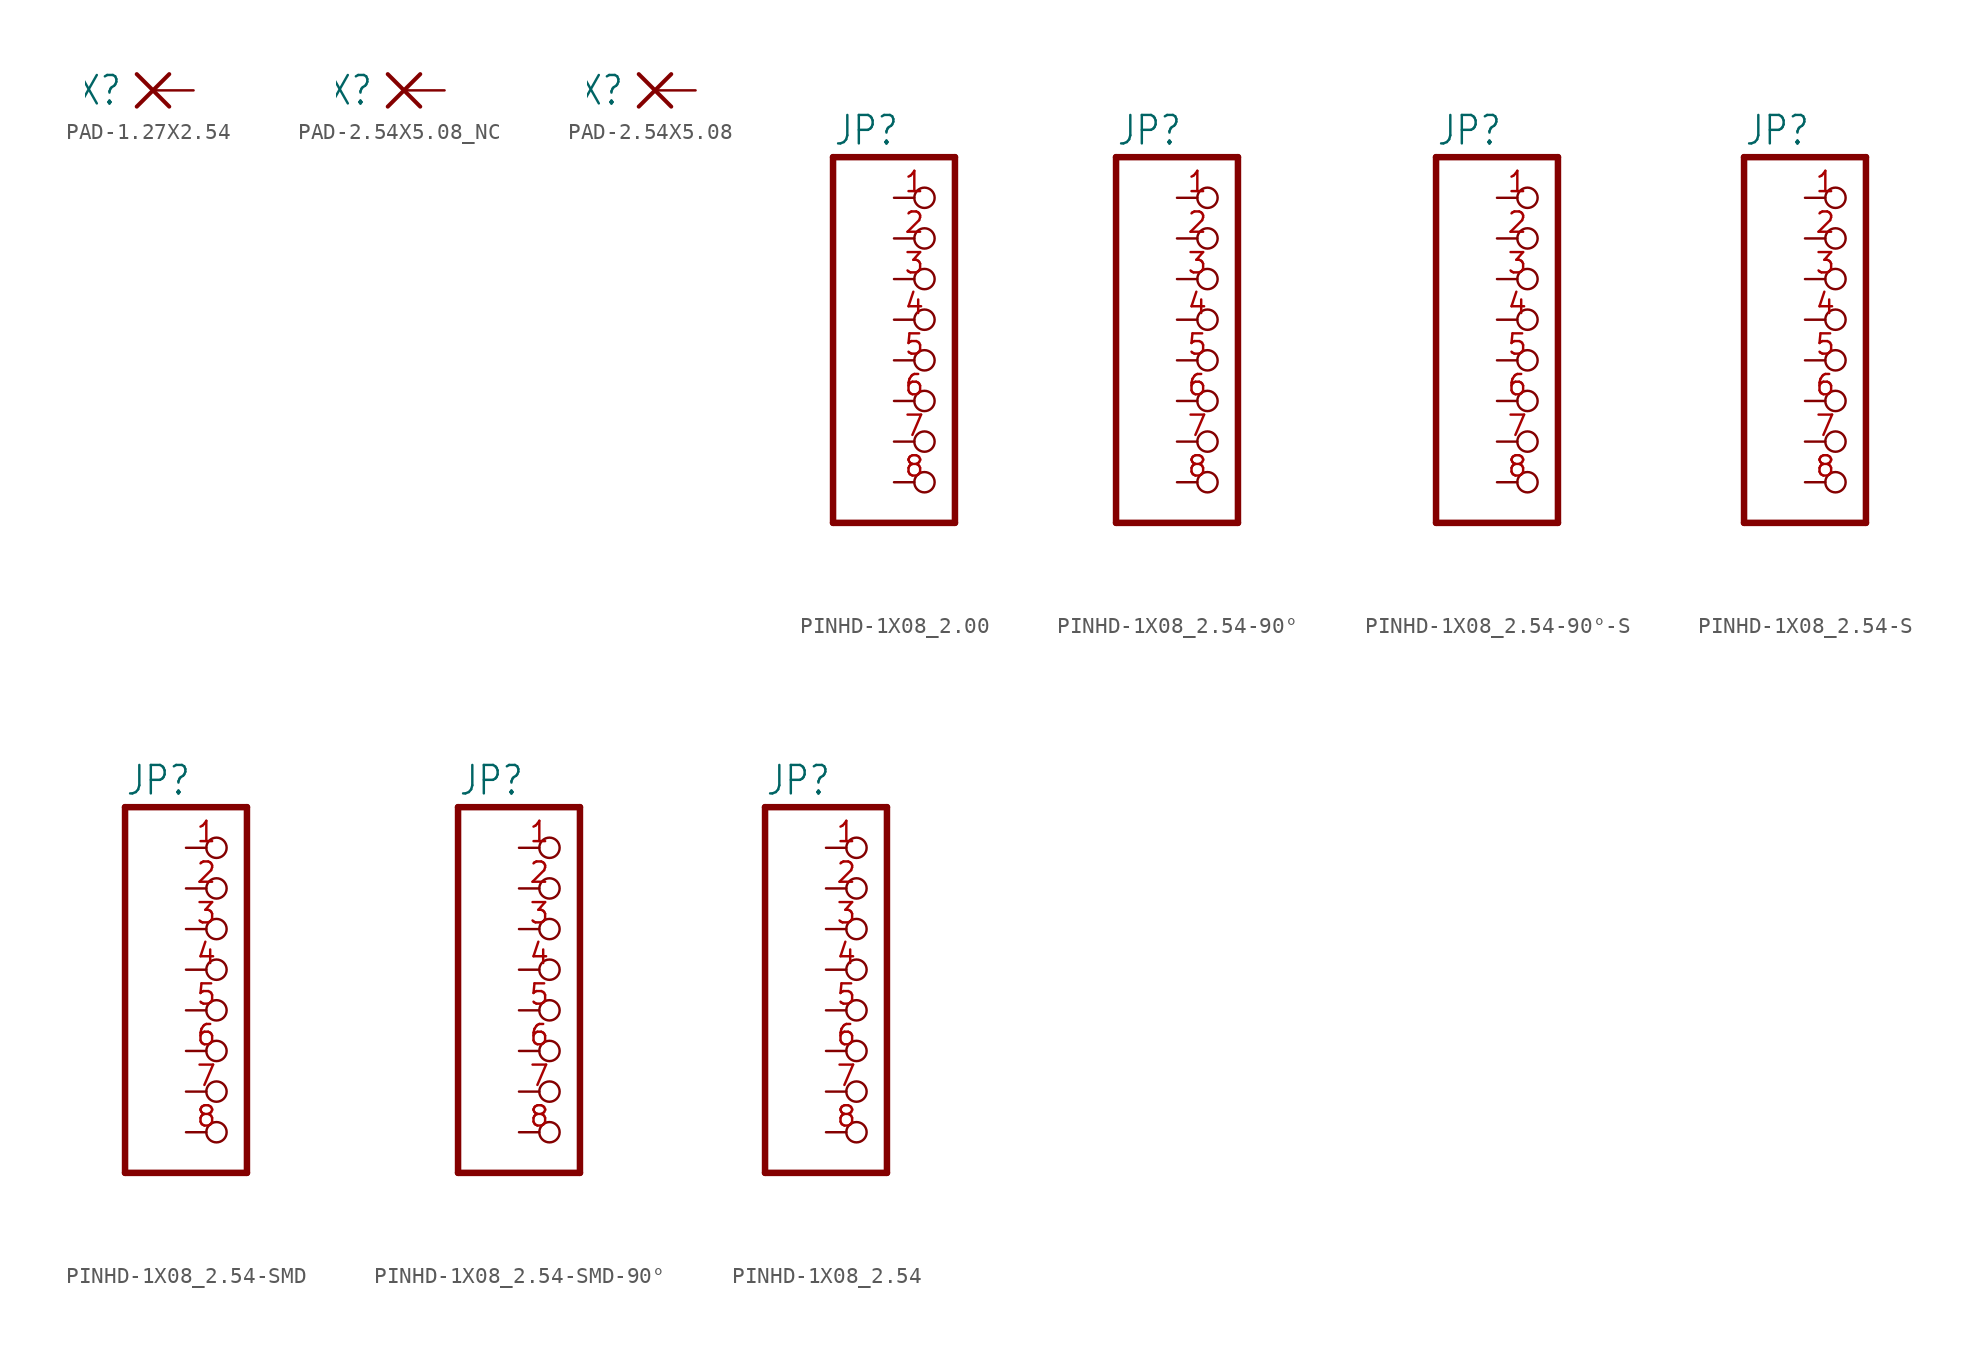
<source format=kicad_sym>
(kicad_symbol_lib
  (version 20231120)
  (generator "kicad_symbol_editor")
  (generator_version "8.0")
  (symbol "PAD-1.27X2.54"
    (property "Reference" "X"
      (at -1.905 0 0)
      (effects (font (size 1.778 1.511)) (justify right)))
    (property "ki_locked" ""
      (at 0 0 0)
      (effects (font (size 1.27 1.27))))
    (symbol "PAD-1.27X2.54_1_0"
      (polyline (pts (xy -1.016 -1.016) (xy 1.016 1.016)) (stroke (width 0.254) (type solid)) (fill (type none)))
      (polyline (pts (xy -1.016 1.016) (xy 1.016 -1.016)) (stroke (width 0.254) (type solid)) (fill (type none)))
      (pin passive line (at 2.54 0 180) (length 2.54) (name "P" (effects (font (size 0 0)))) (number "1" (effects (font (size 0 0)))))))
  (symbol "PAD-2.54X5.08_NC"
    (property "Reference" "X"
      (at -1.905 0 0)
      (effects (font (size 1.778 1.511)) (justify right)))
    (property "ki_locked" ""
      (at 0 0 0)
      (effects (font (size 1.27 1.27))))
    (symbol "PAD-2.54X5.08_NC_1_0"
      (polyline (pts (xy -1.016 -1.016) (xy 1.016 1.016)) (stroke (width 0.254) (type solid)) (fill (type none)))
      (polyline (pts (xy -1.016 1.016) (xy 1.016 -1.016)) (stroke (width 0.254) (type solid)) (fill (type none)))
      (pin passive line (at 2.54 0 180) (length 2.54) (name "P" (effects (font (size 0 0)))) (number "1" (effects (font (size 0 0)))))))
  (symbol "PAD-2.54X5.08"
    (property "Reference" "X"
      (at -1.905 0 0)
      (effects (font (size 1.778 1.511)) (justify right)))
    (property "ki_locked" ""
      (at 0 0 0)
      (effects (font (size 1.27 1.27))))
    (symbol "PAD-2.54X5.08_1_0"
      (polyline (pts (xy -1.016 -1.016) (xy 1.016 1.016)) (stroke (width 0.254) (type solid)) (fill (type none)))
      (polyline (pts (xy -1.016 1.016) (xy 1.016 -1.016)) (stroke (width 0.254) (type solid)) (fill (type none)))
      (pin passive line (at 2.54 0 180) (length 2.54) (name "P" (effects (font (size 0 0)))) (number "1" (effects (font (size 0 0)))))))
  (symbol "PINHD-1X08_2.00"
    (property "Reference" "JP"
      (at -6.35 13.335 0)
      (effects (font (size 1.778 1.511)) (justify left bottom)))
    (property "Value" ""
      (at -6.35 -12.7 0)
      (effects (font (size 1.778 1.511)) (justify left bottom)))
    (property "ki_locked" ""
      (at 0 0 0)
      (effects (font (size 1.27 1.27))))
    (symbol "PINHD-1X08_2.00_1_0"
      (polyline (pts (xy -6.35 -10.16) (xy 1.27 -10.16)) (stroke (width 0.406) (type solid)) (fill (type none)))
      (polyline (pts (xy -6.35 12.7) (xy -6.35 -10.16)) (stroke (width 0.406) (type solid)) (fill (type none)))
      (polyline (pts (xy 1.27 -10.16) (xy 1.27 12.7)) (stroke (width 0.406) (type solid)) (fill (type none)))
      (polyline (pts (xy 1.27 12.7) (xy -6.35 12.7)) (stroke (width 0.406) (type solid)) (fill (type none)))
      (pin passive inverted (at -2.54 10.16 0) (length 2.54) (name "1" (effects (font (size 0 0)))) (number "1" (effects (font (size 1.27 1.27)))))
      (pin passive inverted (at -2.54 7.62 0) (length 2.54) (name "2" (effects (font (size 0 0)))) (number "2" (effects (font (size 1.27 1.27)))))
      (pin passive inverted (at -2.54 5.08 0) (length 2.54) (name "3" (effects (font (size 0 0)))) (number "3" (effects (font (size 1.27 1.27)))))
      (pin passive inverted (at -2.54 2.54 0) (length 2.54) (name "4" (effects (font (size 0 0)))) (number "4" (effects (font (size 1.27 1.27)))))
      (pin passive inverted (at -2.54 0 0) (length 2.54) (name "5" (effects (font (size 0 0)))) (number "5" (effects (font (size 1.27 1.27)))))
      (pin passive inverted (at -2.54 -2.54 0) (length 2.54) (name "6" (effects (font (size 0 0)))) (number "6" (effects (font (size 1.27 1.27)))))
      (pin passive inverted (at -2.54 -5.08 0) (length 2.54) (name "7" (effects (font (size 0 0)))) (number "7" (effects (font (size 1.27 1.27)))))
      (pin passive inverted (at -2.54 -7.62 0) (length 2.54) (name "8" (effects (font (size 0 0)))) (number "8" (effects (font (size 1.27 1.27)))))))
  (symbol "PINHD-1X08_2.54-90°"
    (property "Reference" "JP"
      (at -6.35 13.335 0)
      (effects (font (size 1.778 1.511)) (justify left bottom)))
    (property "Value" ""
      (at -6.35 -12.7 0)
      (effects (font (size 1.778 1.511)) (justify left bottom)))
    (property "ki_locked" ""
      (at 0 0 0)
      (effects (font (size 1.27 1.27))))
    (symbol "PINHD-1X08_2.54-90°_1_0"
      (polyline (pts (xy -6.35 -10.16) (xy 1.27 -10.16)) (stroke (width 0.406) (type solid)) (fill (type none)))
      (polyline (pts (xy -6.35 12.7) (xy -6.35 -10.16)) (stroke (width 0.406) (type solid)) (fill (type none)))
      (polyline (pts (xy 1.27 -10.16) (xy 1.27 12.7)) (stroke (width 0.406) (type solid)) (fill (type none)))
      (polyline (pts (xy 1.27 12.7) (xy -6.35 12.7)) (stroke (width 0.406) (type solid)) (fill (type none)))
      (pin passive inverted (at -2.54 10.16 0) (length 2.54) (name "1" (effects (font (size 0 0)))) (number "1" (effects (font (size 1.27 1.27)))))
      (pin passive inverted (at -2.54 7.62 0) (length 2.54) (name "2" (effects (font (size 0 0)))) (number "2" (effects (font (size 1.27 1.27)))))
      (pin passive inverted (at -2.54 5.08 0) (length 2.54) (name "3" (effects (font (size 0 0)))) (number "3" (effects (font (size 1.27 1.27)))))
      (pin passive inverted (at -2.54 2.54 0) (length 2.54) (name "4" (effects (font (size 0 0)))) (number "4" (effects (font (size 1.27 1.27)))))
      (pin passive inverted (at -2.54 0 0) (length 2.54) (name "5" (effects (font (size 0 0)))) (number "5" (effects (font (size 1.27 1.27)))))
      (pin passive inverted (at -2.54 -2.54 0) (length 2.54) (name "6" (effects (font (size 0 0)))) (number "6" (effects (font (size 1.27 1.27)))))
      (pin passive inverted (at -2.54 -5.08 0) (length 2.54) (name "7" (effects (font (size 0 0)))) (number "7" (effects (font (size 1.27 1.27)))))
      (pin passive inverted (at -2.54 -7.62 0) (length 2.54) (name "8" (effects (font (size 0 0)))) (number "8" (effects (font (size 1.27 1.27)))))))
  (symbol "PINHD-1X08_2.54-90°-S"
    (property "Reference" "JP"
      (at -6.35 13.335 0)
      (effects (font (size 1.778 1.511)) (justify left bottom)))
    (property "Value" ""
      (at -6.35 -12.7 0)
      (effects (font (size 1.778 1.511)) (justify left bottom)))
    (property "ki_locked" ""
      (at 0 0 0)
      (effects (font (size 1.27 1.27))))
    (symbol "PINHD-1X08_2.54-90°-S_1_0"
      (polyline (pts (xy -6.35 -10.16) (xy 1.27 -10.16)) (stroke (width 0.406) (type solid)) (fill (type none)))
      (polyline (pts (xy -6.35 12.7) (xy -6.35 -10.16)) (stroke (width 0.406) (type solid)) (fill (type none)))
      (polyline (pts (xy 1.27 -10.16) (xy 1.27 12.7)) (stroke (width 0.406) (type solid)) (fill (type none)))
      (polyline (pts (xy 1.27 12.7) (xy -6.35 12.7)) (stroke (width 0.406) (type solid)) (fill (type none)))
      (pin passive inverted (at -2.54 10.16 0) (length 2.54) (name "1" (effects (font (size 0 0)))) (number "1" (effects (font (size 1.27 1.27)))))
      (pin passive inverted (at -2.54 7.62 0) (length 2.54) (name "2" (effects (font (size 0 0)))) (number "2" (effects (font (size 1.27 1.27)))))
      (pin passive inverted (at -2.54 5.08 0) (length 2.54) (name "3" (effects (font (size 0 0)))) (number "3" (effects (font (size 1.27 1.27)))))
      (pin passive inverted (at -2.54 2.54 0) (length 2.54) (name "4" (effects (font (size 0 0)))) (number "4" (effects (font (size 1.27 1.27)))))
      (pin passive inverted (at -2.54 0 0) (length 2.54) (name "5" (effects (font (size 0 0)))) (number "5" (effects (font (size 1.27 1.27)))))
      (pin passive inverted (at -2.54 -2.54 0) (length 2.54) (name "6" (effects (font (size 0 0)))) (number "6" (effects (font (size 1.27 1.27)))))
      (pin passive inverted (at -2.54 -5.08 0) (length 2.54) (name "7" (effects (font (size 0 0)))) (number "7" (effects (font (size 1.27 1.27)))))
      (pin passive inverted (at -2.54 -7.62 0) (length 2.54) (name "8" (effects (font (size 0 0)))) (number "8" (effects (font (size 1.27 1.27)))))))
  (symbol "PINHD-1X08_2.54-S"
    (property "Reference" "JP"
      (at -6.35 13.335 0)
      (effects (font (size 1.778 1.511)) (justify left bottom)))
    (property "Value" ""
      (at -6.35 -12.7 0)
      (effects (font (size 1.778 1.511)) (justify left bottom)))
    (property "ki_locked" ""
      (at 0 0 0)
      (effects (font (size 1.27 1.27))))
    (symbol "PINHD-1X08_2.54-S_1_0"
      (polyline (pts (xy -6.35 -10.16) (xy 1.27 -10.16)) (stroke (width 0.406) (type solid)) (fill (type none)))
      (polyline (pts (xy -6.35 12.7) (xy -6.35 -10.16)) (stroke (width 0.406) (type solid)) (fill (type none)))
      (polyline (pts (xy 1.27 -10.16) (xy 1.27 12.7)) (stroke (width 0.406) (type solid)) (fill (type none)))
      (polyline (pts (xy 1.27 12.7) (xy -6.35 12.7)) (stroke (width 0.406) (type solid)) (fill (type none)))
      (pin passive inverted (at -2.54 10.16 0) (length 2.54) (name "1" (effects (font (size 0 0)))) (number "1" (effects (font (size 1.27 1.27)))))
      (pin passive inverted (at -2.54 7.62 0) (length 2.54) (name "2" (effects (font (size 0 0)))) (number "2" (effects (font (size 1.27 1.27)))))
      (pin passive inverted (at -2.54 5.08 0) (length 2.54) (name "3" (effects (font (size 0 0)))) (number "3" (effects (font (size 1.27 1.27)))))
      (pin passive inverted (at -2.54 2.54 0) (length 2.54) (name "4" (effects (font (size 0 0)))) (number "4" (effects (font (size 1.27 1.27)))))
      (pin passive inverted (at -2.54 0 0) (length 2.54) (name "5" (effects (font (size 0 0)))) (number "5" (effects (font (size 1.27 1.27)))))
      (pin passive inverted (at -2.54 -2.54 0) (length 2.54) (name "6" (effects (font (size 0 0)))) (number "6" (effects (font (size 1.27 1.27)))))
      (pin passive inverted (at -2.54 -5.08 0) (length 2.54) (name "7" (effects (font (size 0 0)))) (number "7" (effects (font (size 1.27 1.27)))))
      (pin passive inverted (at -2.54 -7.62 0) (length 2.54) (name "8" (effects (font (size 0 0)))) (number "8" (effects (font (size 1.27 1.27)))))))
  (symbol "PINHD-1X08_2.54-SMD"
    (property "Reference" "JP"
      (at -6.35 13.335 0)
      (effects (font (size 1.778 1.511)) (justify left bottom)))
    (property "Value" ""
      (at -6.35 -12.7 0)
      (effects (font (size 1.778 1.511)) (justify left bottom)))
    (property "ki_locked" ""
      (at 0 0 0)
      (effects (font (size 1.27 1.27))))
    (symbol "PINHD-1X08_2.54-SMD_1_0"
      (polyline (pts (xy -6.35 -10.16) (xy 1.27 -10.16)) (stroke (width 0.406) (type solid)) (fill (type none)))
      (polyline (pts (xy -6.35 12.7) (xy -6.35 -10.16)) (stroke (width 0.406) (type solid)) (fill (type none)))
      (polyline (pts (xy 1.27 -10.16) (xy 1.27 12.7)) (stroke (width 0.406) (type solid)) (fill (type none)))
      (polyline (pts (xy 1.27 12.7) (xy -6.35 12.7)) (stroke (width 0.406) (type solid)) (fill (type none)))
      (pin passive inverted (at -2.54 10.16 0) (length 2.54) (name "1" (effects (font (size 0 0)))) (number "1" (effects (font (size 1.27 1.27)))))
      (pin passive inverted (at -2.54 7.62 0) (length 2.54) (name "2" (effects (font (size 0 0)))) (number "2" (effects (font (size 1.27 1.27)))))
      (pin passive inverted (at -2.54 5.08 0) (length 2.54) (name "3" (effects (font (size 0 0)))) (number "3" (effects (font (size 1.27 1.27)))))
      (pin passive inverted (at -2.54 2.54 0) (length 2.54) (name "4" (effects (font (size 0 0)))) (number "4" (effects (font (size 1.27 1.27)))))
      (pin passive inverted (at -2.54 0 0) (length 2.54) (name "5" (effects (font (size 0 0)))) (number "5" (effects (font (size 1.27 1.27)))))
      (pin passive inverted (at -2.54 -2.54 0) (length 2.54) (name "6" (effects (font (size 0 0)))) (number "6" (effects (font (size 1.27 1.27)))))
      (pin passive inverted (at -2.54 -5.08 0) (length 2.54) (name "7" (effects (font (size 0 0)))) (number "7" (effects (font (size 1.27 1.27)))))
      (pin passive inverted (at -2.54 -7.62 0) (length 2.54) (name "8" (effects (font (size 0 0)))) (number "8" (effects (font (size 1.27 1.27)))))))
  (symbol "PINHD-1X08_2.54-SMD-90°"
    (property "Reference" "JP"
      (at -6.35 13.335 0)
      (effects (font (size 1.778 1.511)) (justify left bottom)))
    (property "Value" ""
      (at -6.35 -12.7 0)
      (effects (font (size 1.778 1.511)) (justify left bottom)))
    (property "ki_locked" ""
      (at 0 0 0)
      (effects (font (size 1.27 1.27))))
    (symbol "PINHD-1X08_2.54-SMD-90°_1_0"
      (polyline (pts (xy -6.35 -10.16) (xy 1.27 -10.16)) (stroke (width 0.406) (type solid)) (fill (type none)))
      (polyline (pts (xy -6.35 12.7) (xy -6.35 -10.16)) (stroke (width 0.406) (type solid)) (fill (type none)))
      (polyline (pts (xy 1.27 -10.16) (xy 1.27 12.7)) (stroke (width 0.406) (type solid)) (fill (type none)))
      (polyline (pts (xy 1.27 12.7) (xy -6.35 12.7)) (stroke (width 0.406) (type solid)) (fill (type none)))
      (pin passive inverted (at -2.54 10.16 0) (length 2.54) (name "1" (effects (font (size 0 0)))) (number "1" (effects (font (size 1.27 1.27)))))
      (pin passive inverted (at -2.54 7.62 0) (length 2.54) (name "2" (effects (font (size 0 0)))) (number "2" (effects (font (size 1.27 1.27)))))
      (pin passive inverted (at -2.54 5.08 0) (length 2.54) (name "3" (effects (font (size 0 0)))) (number "3" (effects (font (size 1.27 1.27)))))
      (pin passive inverted (at -2.54 2.54 0) (length 2.54) (name "4" (effects (font (size 0 0)))) (number "4" (effects (font (size 1.27 1.27)))))
      (pin passive inverted (at -2.54 0 0) (length 2.54) (name "5" (effects (font (size 0 0)))) (number "5" (effects (font (size 1.27 1.27)))))
      (pin passive inverted (at -2.54 -2.54 0) (length 2.54) (name "6" (effects (font (size 0 0)))) (number "6" (effects (font (size 1.27 1.27)))))
      (pin passive inverted (at -2.54 -5.08 0) (length 2.54) (name "7" (effects (font (size 0 0)))) (number "7" (effects (font (size 1.27 1.27)))))
      (pin passive inverted (at -2.54 -7.62 0) (length 2.54) (name "8" (effects (font (size 0 0)))) (number "8" (effects (font (size 1.27 1.27)))))))
  (symbol "PINHD-1X08_2.54"
    (property "Reference" "JP"
      (at -6.35 13.335 0)
      (effects (font (size 1.778 1.511)) (justify left bottom)))
    (property "Value" ""
      (at -6.35 -12.7 0)
      (effects (font (size 1.778 1.511)) (justify left bottom)))
    (property "ki_locked" ""
      (at 0 0 0)
      (effects (font (size 1.27 1.27))))
    (symbol "PINHD-1X08_2.54_1_0"
      (polyline (pts (xy -6.35 -10.16) (xy 1.27 -10.16)) (stroke (width 0.406) (type solid)) (fill (type none)))
      (polyline (pts (xy -6.35 12.7) (xy -6.35 -10.16)) (stroke (width 0.406) (type solid)) (fill (type none)))
      (polyline (pts (xy 1.27 -10.16) (xy 1.27 12.7)) (stroke (width 0.406) (type solid)) (fill (type none)))
      (polyline (pts (xy 1.27 12.7) (xy -6.35 12.7)) (stroke (width 0.406) (type solid)) (fill (type none)))
      (pin passive inverted (at -2.54 10.16 0) (length 2.54) (name "1" (effects (font (size 0 0)))) (number "1" (effects (font (size 1.27 1.27)))))
      (pin passive inverted (at -2.54 7.62 0) (length 2.54) (name "2" (effects (font (size 0 0)))) (number "2" (effects (font (size 1.27 1.27)))))
      (pin passive inverted (at -2.54 5.08 0) (length 2.54) (name "3" (effects (font (size 0 0)))) (number "3" (effects (font (size 1.27 1.27)))))
      (pin passive inverted (at -2.54 2.54 0) (length 2.54) (name "4" (effects (font (size 0 0)))) (number "4" (effects (font (size 1.27 1.27)))))
      (pin passive inverted (at -2.54 0 0) (length 2.54) (name "5" (effects (font (size 0 0)))) (number "5" (effects (font (size 1.27 1.27)))))
      (pin passive inverted (at -2.54 -2.54 0) (length 2.54) (name "6" (effects (font (size 0 0)))) (number "6" (effects (font (size 1.27 1.27)))))
      (pin passive inverted (at -2.54 -5.08 0) (length 2.54) (name "7" (effects (font (size 0 0)))) (number "7" (effects (font (size 1.27 1.27)))))
      (pin passive inverted (at -2.54 -7.62 0) (length 2.54) (name "8" (effects (font (size 0 0)))) (number "8" (effects (font (size 1.27 1.27))))))))
</source>
